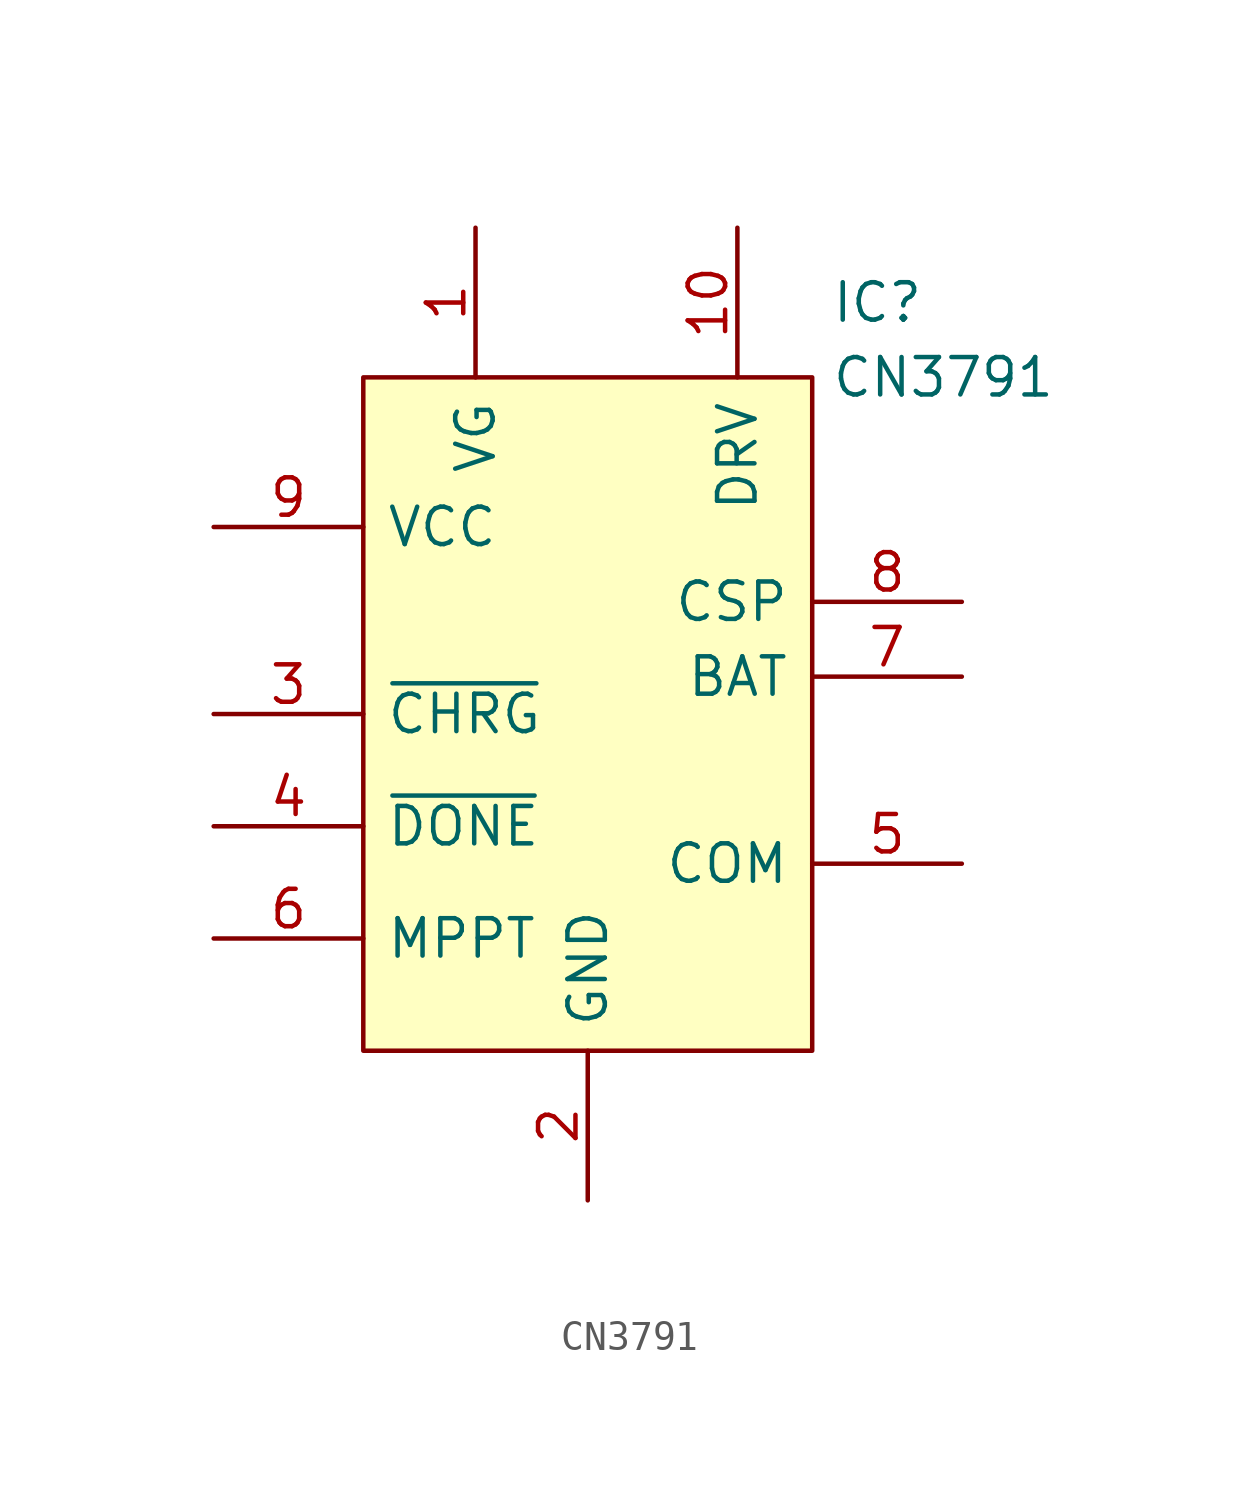
<source format=kicad_sym>
(kicad_symbol_lib
  (version 20211014)
  (generator kicad_symbol_editor)
  (symbol "CN3791"
    (pin_names
      (offset 0.762))
    (property "Reference" "IC"
      (at 8.255 8.89 0)
      (effects (font (size 1.27 1.27)) (justify left)))
    (property "Value" "CN3791"
      (at 8.255 6.35 0)
      (effects (font (size 1.27 1.27)) (justify left)))
    (symbol "CN3791_0_0"
      (pin passive line (at -3.81 11.43 270) (length 5.08) (name "VG" (effects (font (size 1.27 1.27)))) (number "1" (effects (font (size 1.27 1.27)))))
      (pin passive line (at 5.08 11.43 270) (length 5.08) (name "DRV" (effects (font (size 1.27 1.27)))) (number "10" (effects (font (size 1.27 1.27)))))
      (pin passive line (at 0 -21.59 90) (length 5.08) (name "GND" (effects (font (size 1.27 1.27)))) (number "2" (effects (font (size 1.27 1.27)))))
      (pin passive line (at -12.7 -5.08 0) (length 5.08) (name "~{CHRG}" (effects (font (size 1.27 1.27)))) (number "3" (effects (font (size 1.27 1.27)))))
      (pin passive line (at -12.7 -8.89 0) (length 5.08) (name "~{DONE}" (effects (font (size 1.27 1.27)))) (number "4" (effects (font (size 1.27 1.27)))))
      (pin passive line (at 12.7 -10.16 180) (length 5.08) (name "COM" (effects (font (size 1.27 1.27)))) (number "5" (effects (font (size 1.27 1.27)))))
      (pin passive line (at -12.7 -12.7 0) (length 5.08) (name "MPPT" (effects (font (size 1.27 1.27)))) (number "6" (effects (font (size 1.27 1.27)))))
      (pin passive line (at 12.7 -3.81 180) (length 5.08) (name "BAT" (effects (font (size 1.27 1.27)))) (number "7" (effects (font (size 1.27 1.27)))))
      (pin passive line (at 12.7 -1.27 180) (length 5.08) (name "CSP" (effects (font (size 1.27 1.27)))) (number "8" (effects (font (size 1.27 1.27)))))
      (pin passive line (at -12.7 1.27 0) (length 5.08) (name "VCC" (effects (font (size 1.27 1.27)))) (number "9" (effects (font (size 1.27 1.27))))))
    (symbol "CN3791_0_1"
      (rectangle (start -7.62 6.35) (end 7.62 -16.51) (stroke (width 0) (type default) (color 0 0 0 0)) (fill (type background))))))
</source>
